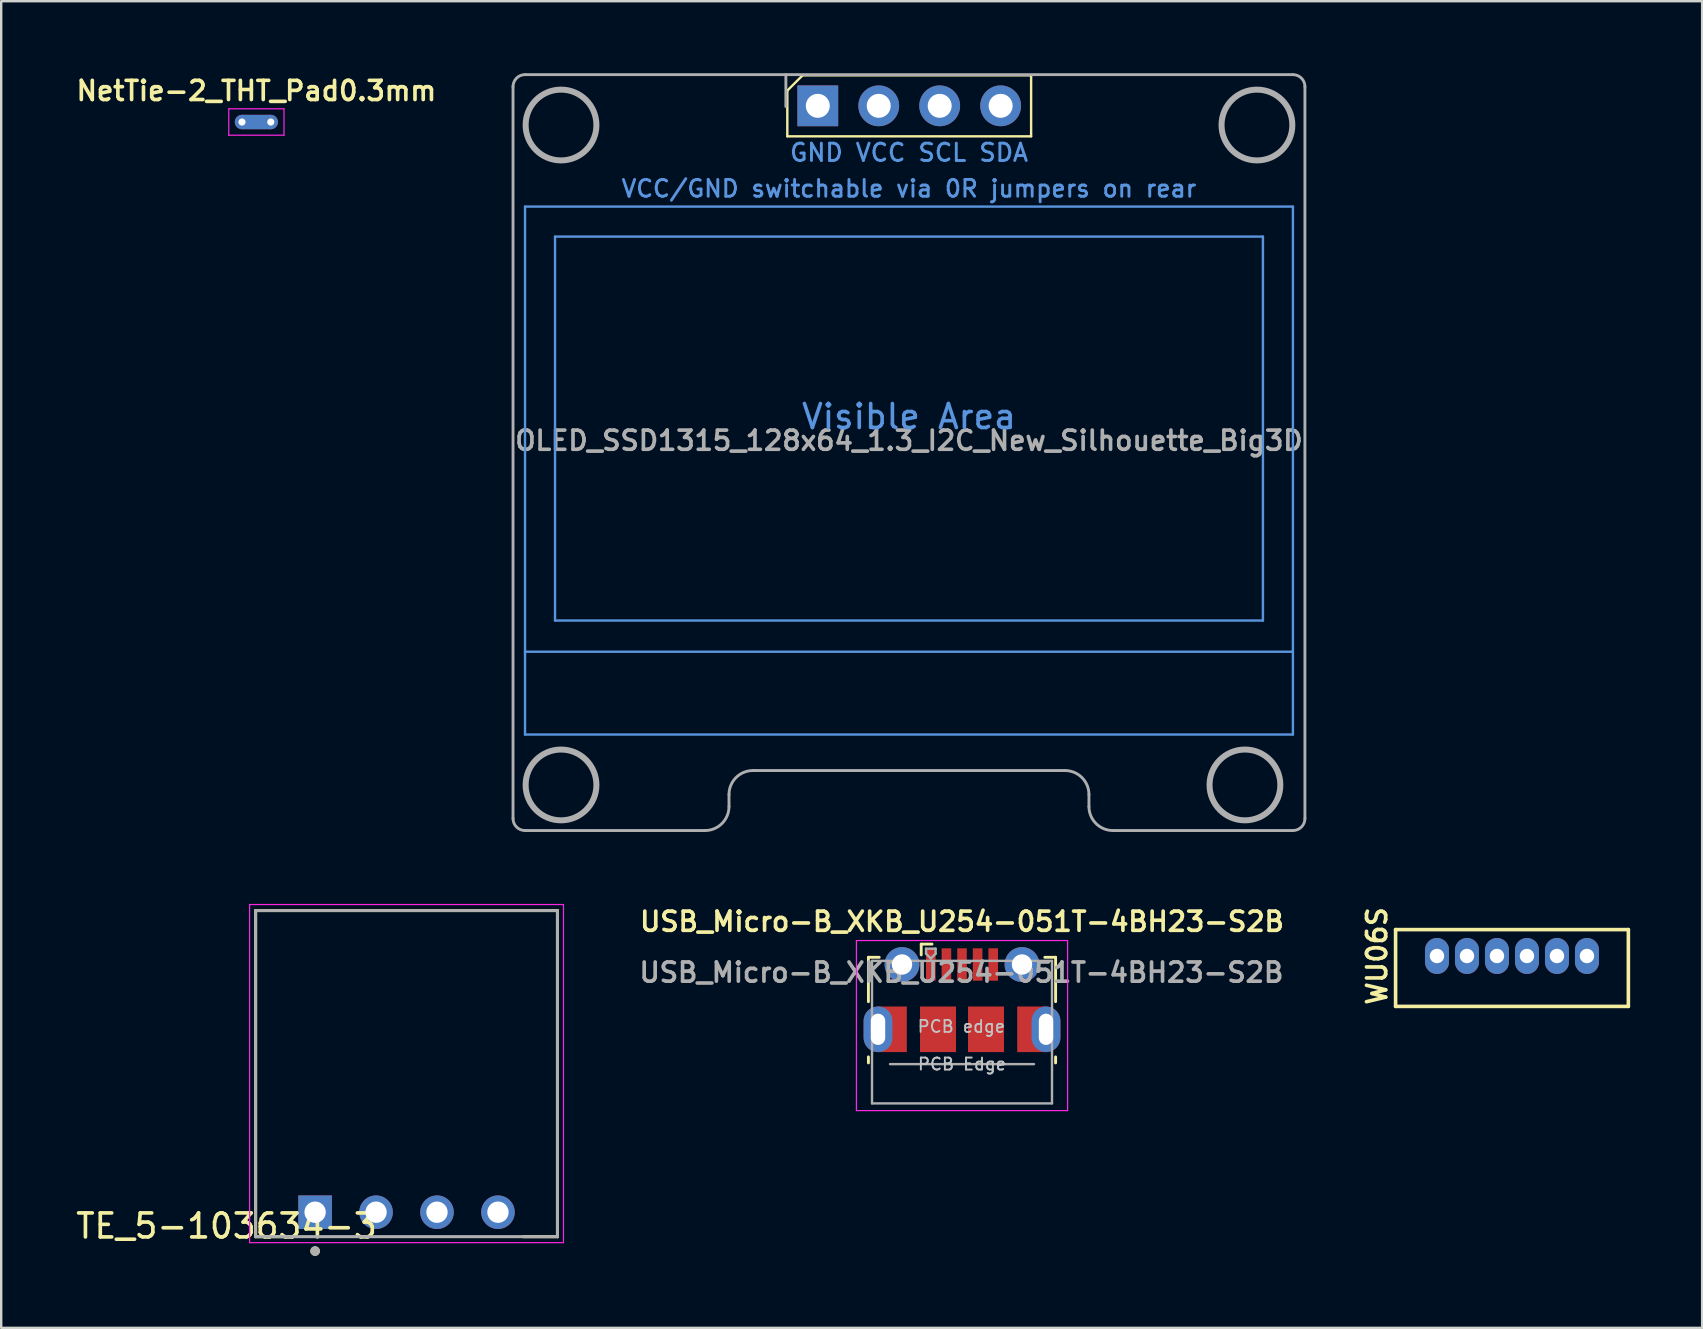
<source format=kicad_pcb>
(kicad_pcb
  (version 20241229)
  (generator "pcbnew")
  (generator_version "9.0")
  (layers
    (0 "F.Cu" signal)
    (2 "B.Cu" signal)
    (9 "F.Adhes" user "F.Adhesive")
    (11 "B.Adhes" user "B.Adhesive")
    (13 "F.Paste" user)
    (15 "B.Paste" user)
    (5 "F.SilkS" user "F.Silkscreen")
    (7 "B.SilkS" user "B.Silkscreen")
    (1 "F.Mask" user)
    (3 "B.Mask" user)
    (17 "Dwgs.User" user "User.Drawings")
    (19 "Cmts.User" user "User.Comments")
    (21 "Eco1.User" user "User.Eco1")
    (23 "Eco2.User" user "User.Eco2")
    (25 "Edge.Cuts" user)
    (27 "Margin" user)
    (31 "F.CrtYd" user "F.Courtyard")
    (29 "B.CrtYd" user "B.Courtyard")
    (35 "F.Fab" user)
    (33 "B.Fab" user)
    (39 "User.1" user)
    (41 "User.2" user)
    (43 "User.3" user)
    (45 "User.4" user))
  (footprint "OLED_SSD1315_128x64_1.3_I2C_New_Silhouette_Big3D"
    (layer "F.Cu")
    (at 34.829 16.06)
    (property "Reference" "OLED_SSD1315_128x64_1.3_I2C_New_Silhouette_Big3D" (at 0 -0.75 0) (layer "F.Fab") (effects (font (size 0.8 0.8) (thickness 0.152))))
    (attr through_hole)
    (fp_line (start -5.07 -15.335) (end -5.07 -13.43) (stroke (width 0.1) (type solid)) (layer "F.SilkS"))
    (fp_line (start -5.07 -13.43) (end 5.09 -13.43) (stroke (width 0.1) (type solid)) (layer "F.SilkS"))
    (fp_line (start -4.435 -15.97) (end -5.07 -15.335) (stroke (width 0.1) (type solid)) (layer "F.SilkS"))
    (fp_line (start 5.09 -15.97) (end -4.435 -15.97) (stroke (width 0.1) (type solid)) (layer "F.SilkS"))
    (fp_line (start 5.09 -13.43) (end 5.09 -15.97) (stroke (width 0.1) (type solid)) (layer "F.SilkS"))
    (fp_line (start -16 -10.5) (end 16 -10.5) (stroke (width 0.1) (type solid)) (layer "Cmts.User"))
    (fp_line (start -16 8.05) (end 16 8.05) (stroke (width 0.1) (type solid)) (layer "Cmts.User"))
    (fp_line (start -16 11.5) (end -16 -10.5) (stroke (width 0.1) (type solid)) (layer "Cmts.User"))
    (fp_line (start -16 11.5) (end 16 11.5) (stroke (width 0.1) (type solid)) (layer "Cmts.User"))
    (fp_line (start -14.75 -9.25) (end -14.75 6.75) (stroke (width 0.1) (type solid)) (layer "Cmts.User"))
    (fp_line (start -14.75 -9.25) (end 14.75 -9.25) (stroke (width 0.1) (type solid)) (layer "Cmts.User"))
    (fp_line (start -14.75 6.75) (end 14.75 6.75) (stroke (width 0.1) (type solid)) (layer "Cmts.User"))
    (fp_line (start 14.75 -9.25) (end 14.75 6.75) (stroke (width 0.1) (type solid)) (layer "Cmts.User"))
    (fp_line (start 16 11.5) (end 16 -10.5) (stroke (width 0.1) (type solid)) (layer "Cmts.User"))
    (fp_line (start -16.5 15) (end -16.5 -15.5) (stroke (width 0.12) (type solid)) (layer "F.Fab"))
    (fp_line (start -16 -16) (end 16 -16) (stroke (width 0.12) (type solid)) (layer "F.Fab"))
    (fp_line (start -8.5 15.5) (end -16 15.5) (stroke (width 0.12) (type solid)) (layer "F.Fab"))
    (fp_line (start -7.5 14.5) (end -7.5 14) (stroke (width 0.12) (type solid)) (layer "F.Fab"))
    (fp_line (start -6.5 13) (end 6.5 13) (stroke (width 0.12) (type solid)) (layer "F.Fab"))
    (fp_line (start -5.13 -14.67) (end -5.13 -16) (stroke (width 0.12) (type solid)) (layer "F.Fab"))
    (fp_line (start 7.5 14) (end 7.5 14.5) (stroke (width 0.12) (type solid)) (layer "F.Fab"))
    (fp_line (start 8.5 15.5) (end 16 15.5) (stroke (width 0.12) (type solid)) (layer "F.Fab"))
    (fp_line (start 16.5 15) (end 16.5 -15.5) (stroke (width 0.12) (type solid)) (layer "F.Fab"))
    (fp_arc (start -16.5 -15.5) (mid -16.353553 -15.853553) (end -16 -16) (stroke (width 0.12) (type solid)) (layer "F.Fab"))
    (fp_arc (start -16 15.5) (mid -16.353553 15.353553) (end -16.5 15) (stroke (width 0.12) (type solid)) (layer "F.Fab"))
    (fp_arc (start -7.5 14) (mid -7.207107 13.292893) (end -6.5 13) (stroke (width 0.12) (type solid)) (layer "F.Fab"))
    (fp_arc (start -7.5 14.5) (mid -7.792893 15.207107) (end -8.5 15.5) (stroke (width 0.12) (type solid)) (layer "F.Fab"))
    (fp_arc (start 6.5 13) (mid 7.207107 13.292893) (end 7.5 14) (stroke (width 0.12) (type solid)) (layer "F.Fab"))
    (fp_arc (start 8.5 15.5) (mid 7.792893 15.207107) (end 7.5 14.5) (stroke (width 0.12) (type solid)) (layer "F.Fab"))
    (fp_arc (start 16 -16) (mid 16.353553 -15.853553) (end 16.5 -15.5) (stroke (width 0.12) (type solid)) (layer "F.Fab"))
    (fp_arc (start 16.5 15) (mid 16.353553 15.353553) (end 16 15.5) (stroke (width 0.12) (type solid)) (layer "F.Fab"))
    (fp_circle (center -14.5 -13.9) (end -13.025 -13.9) (stroke (width 0.25) (type solid)) (fill no) (layer "F.Fab"))
    (fp_circle (center -14.5 13.6) (end -13.025 13.6) (stroke (width 0.25) (type solid)) (fill no) (layer "F.Fab"))
    (fp_circle (center 14 13.6) (end 15.475 13.6) (stroke (width 0.25) (type solid)) (fill no) (layer "F.Fab"))
    (fp_circle (center 14.5 -13.9) (end 15.975 -13.9) (stroke (width 0.25) (type solid)) (fill no) (layer "F.Fab"))
    (fp_text user "Visible Area" (at 0 -1.75 0) (layer "Cmts.User") (effects (font (size 1 1) (thickness 0.15))))
    (fp_text user "VCC/GND switchable via 0R jumpers on rear" (at 0 -11.25 0) (layer "Cmts.User") (effects (font (size 0.7 0.7) (thickness 0.12))))
    (fp_text user "GND VCC SCL SDA" (at 0 -12.75 0) (layer "Cmts.User") (effects (font (size 0.72 0.72) (thickness 0.12))))
    (pad "1" thru_hole rect (at -3.8 -14.7 90) (size 1.7 1.7) (drill 1) (layers "*.Cu" "*.Mask"))
    (pad "2" thru_hole oval (at -1.26 -14.7 90) (size 1.7 1.7) (drill 1) (layers "*.Cu" "*.Mask"))
    (pad "3" thru_hole oval (at 1.28 -14.7 90) (size 1.7 1.7) (drill 1) (layers "*.Cu" "*.Mask"))
    (pad "4" thru_hole oval (at 3.82 -14.7 90) (size 1.7 1.7) (drill 1) (layers "*.Cu" "*.Mask")))
  (footprint "TE_5-103634-3"
    (layer "F.Cu")
    (at 13.891 47.465)
    (property "Reference" "TE_5-103634-3" (at -7.5 0.575 180) (layer "F.SilkS") (effects (font (size 1 1) (thickness 0.152))))
    (attr through_hole)
    (fp_line (start -6.29 -12.57) (end 6.29 -12.57) (stroke (width 0.127) (type solid)) (layer "F.SilkS"))
    (fp_line (start -6.29 1.02) (end -6.29 -12.57) (stroke (width 0.127) (type solid)) (layer "F.SilkS"))
    (fp_line (start -6.29 1.02) (end -4.866 1.02) (stroke (width 0.127) (type solid)) (layer "F.SilkS"))
    (fp_line (start 4.866 1.02) (end 6.29 1.02) (stroke (width 0.127) (type solid)) (layer "F.SilkS"))
    (fp_line (start 6.29 -12.57) (end 6.29 1.02) (stroke (width 0.127) (type solid)) (layer "F.SilkS"))
    (fp_circle (center -3.81 1.62) (end -3.71 1.62) (stroke (width 0.2) (type solid)) (fill no) (layer "F.SilkS"))
    (fp_line (start -6.54 -12.82) (end 6.54 -12.82) (stroke (width 0.05) (type solid)) (layer "F.CrtYd"))
    (fp_line (start -6.54 1.27) (end -6.54 -12.82) (stroke (width 0.05) (type solid)) (layer "F.CrtYd"))
    (fp_line (start 6.54 -12.82) (end 6.54 1.27) (stroke (width 0.05) (type solid)) (layer "F.CrtYd"))
    (fp_line (start 6.54 1.27) (end -6.54 1.27) (stroke (width 0.05) (type solid)) (layer "F.CrtYd"))
    (fp_line (start -6.29 -12.57) (end 6.29 -12.57) (stroke (width 0.127) (type solid)) (layer "F.Fab"))
    (fp_line (start -6.29 1.02) (end -6.29 -12.57) (stroke (width 0.127) (type solid)) (layer "F.Fab"))
    (fp_line (start 6.29 -12.57) (end 6.29 1.02) (stroke (width 0.127) (type solid)) (layer "F.Fab"))
    (fp_line (start 6.29 1.02) (end -6.29 1.02) (stroke (width 0.127) (type solid)) (layer "F.Fab"))
    (fp_circle (center -3.81 1.62) (end -3.71 1.62) (stroke (width 0.2) (type solid)) (fill no) (layer "F.Fab"))
    (pad "1" thru_hole rect (at -3.81 0) (size 1.398 1.398) (drill 0.89) (layers "*.Cu" "*.Mask"))
    (pad "2" thru_hole circle (at -1.27 0) (size 1.398 1.398) (drill 0.89) (layers "*.Cu" "*.Mask"))
    (pad "3" thru_hole circle (at 1.27 0) (size 1.398 1.398) (drill 0.89) (layers "*.Cu" "*.Mask"))
    (pad "4" thru_hole circle (at 3.81 0) (size 1.398 1.398) (drill 0.89) (layers "*.Cu" "*.Mask")))
  (footprint "USB_Micro-B_XKB_U254-051T-4BH23-S2B"
    (layer "F.Cu")
    (at 37.039 38.605)
    (property "Reference" "USB_Micro-B_XKB_U254-051T-4BH23-S2B" (at 0 -3.25 0) (layer "F.SilkS") (effects (font (size 0.8 0.8) (thickness 0.152))))
    (attr smd)
    (fp_line (start -3.9 -1.762) (end -3.45 -1.762) (stroke (width 0.12) (type solid)) (layer "F.SilkS"))
    (fp_line (start -3.9 0.087) (end -3.9 -1.762) (stroke (width 0.12) (type solid)) (layer "F.SilkS"))
    (fp_line (start -3.9 2.638) (end -3.9 2.388) (stroke (width 0.12) (type solid)) (layer "F.SilkS"))
    (fp_line (start -1.7 -2.312) (end -1.7 -1.863) (stroke (width 0.12) (type solid)) (layer "F.SilkS"))
    (fp_line (start -1.7 -2.312) (end -1.25 -2.312) (stroke (width 0.12) (type solid)) (layer "F.SilkS"))
    (fp_line (start 3.9 -1.762) (end 3.45 -1.762) (stroke (width 0.12) (type solid)) (layer "F.SilkS"))
    (fp_line (start 3.9 0.087) (end 3.9 -1.762) (stroke (width 0.12) (type solid)) (layer "F.SilkS"))
    (fp_line (start 3.9 2.638) (end 3.9 2.388) (stroke (width 0.12) (type solid)) (layer "F.SilkS"))
    (fp_line (start -4.4 -2.46) (end 4.4 -2.46) (stroke (width 0.05) (type solid)) (layer "F.CrtYd"))
    (fp_line (start -4.4 4.625) (end -4.4 -2.46) (stroke (width 0.05) (type solid)) (layer "F.CrtYd"))
    (fp_line (start -4.4 4.625) (end 4.4 4.625) (stroke (width 0.05) (type solid)) (layer "F.CrtYd"))
    (fp_line (start 4.4 -2.46) (end 4.4 4.625) (stroke (width 0.05) (type solid)) (layer "F.CrtYd"))
    (fp_line (start -3.75 -1.613) (end 3.75 -1.613) (stroke (width 0.1) (type solid)) (layer "F.Fab"))
    (fp_line (start -3.75 4.325) (end -3.75 -1.613) (stroke (width 0.1) (type solid)) (layer "F.Fab"))
    (fp_line (start -3.75 4.325) (end 3.75 4.325) (stroke (width 0.1) (type solid)) (layer "F.Fab"))
    (fp_line (start -3 2.689) (end 3 2.689) (stroke (width 0.1) (type solid)) (layer "F.Fab"))
    (fp_line (start -1.5 -2.123) (end -1.5 -1.913) (stroke (width 0.1) (type solid)) (layer "F.Fab"))
    (fp_line (start -1.5 -2.123) (end -1.1 -2.123) (stroke (width 0.1) (type solid)) (layer "F.Fab"))
    (fp_line (start -1.3 -1.712) (end -1.5 -1.913) (stroke (width 0.1) (type solid)) (layer "F.Fab"))
    (fp_line (start -1.1 -2.123) (end -1.1 -1.913) (stroke (width 0.1) (type solid)) (layer "F.Fab"))
    (fp_line (start -1.1 -1.913) (end -1.3 -1.712) (stroke (width 0.1) (type solid)) (layer "F.Fab"))
    (fp_line (start 3.75 4.325) (end 3.75 -1.613) (stroke (width 0.1) (type solid)) (layer "F.Fab"))
    (fp_text user "PCB edge" (at -0.025 1.12 0) (layer "Dwgs.User") (effects (font (size 0.5 0.5) (thickness 0.075))))
    (fp_text user "PCB Edge" (at 0 2.688 180) (layer "Dwgs.User") (effects (font (size 0.5 0.5) (thickness 0.08))))
    (fp_text user "" (at 0 0 180) (layer "Cmts.User") (effects (font (size 1 1) (thickness 0.15))))
    (fp_text user "${REFERENCE}" (at -0.025 -1.13 0) (layer "F.Fab") (effects (font (size 0.8 0.8) (thickness 0.152))))
    (pad "1" smd rect (at -1.3 -1.462) (size 0.4 1.35) (layers "F.Cu" "F.Mask" "F.Paste"))
    (pad "2" smd rect (at -0.65 -1.462) (size 0.4 1.35) (layers "F.Cu" "F.Mask" "F.Paste"))
    (pad "3" smd rect (at 0 -1.462) (size 0.4 1.35) (layers "F.Cu" "F.Mask" "F.Paste"))
    (pad "4" smd rect (at 0.65 -1.462) (size 0.4 1.35) (layers "F.Cu" "F.Mask" "F.Paste"))
    (pad "5" smd rect (at 1.3 -1.462) (size 0.4 1.35) (layers "F.Cu" "F.Mask" "F.Paste"))
    (pad "6" thru_hole oval (at -3.5 1.238 180) (size 1.2 1.9) (drill oval 0.6 1.3) (layers "*.Cu" "*.Mask"))
    (pad "6" smd rect (at -2.9 1.238) (size 1.2 1.9) (layers "F.Cu" "F.Mask"))
    (pad "6" thru_hole circle (at -2.5 -1.462) (size 1.45 1.45) (drill 0.85) (layers "*.Cu" "*.Mask"))
    (pad "6" smd rect (at -1 1.238) (size 1.5 1.9) (layers "F.Cu" "F.Mask" "F.Paste"))
    (pad "6" smd rect (at 1 1.238) (size 1.5 1.9) (layers "F.Cu" "F.Mask" "F.Paste"))
    (pad "6" thru_hole circle (at 2.5 -1.462) (size 1.45 1.45) (drill 0.85) (layers "*.Cu" "*.Mask"))
    (pad "6" smd rect (at 2.9 1.238) (size 1.2 1.9) (layers "F.Cu" "F.Mask"))
    (pad "6" thru_hole oval (at 3.5 1.238) (size 1.2 1.9) (drill oval 0.6 1.3) (layers "*.Cu" "*.Mask")))
  (footprint "WU06S"
    (layer "F.Cu")
    (at 59.957 36.788)
    (property "Reference" "WU06S" (at -5.625 0 90) (layer "F.SilkS") (effects (font (size 0.8 0.8) (thickness 0.152))))
    (attr smd)
    (fp_line (start -4.85 -1.1) (end 4.85 -1.1) (stroke (width 0.15) (type solid)) (layer "F.SilkS"))
    (fp_line (start -4.85 2.1) (end -4.85 -1.1) (stroke (width 0.15) (type solid)) (layer "F.SilkS"))
    (fp_line (start 4.85 -1.1) (end 4.85 2.1) (stroke (width 0.15) (type solid)) (layer "F.SilkS"))
    (fp_line (start 4.85 2.1) (end -4.85 2.1) (stroke (width 0.15) (type solid)) (layer "F.SilkS"))
    (pad "1" thru_hole oval (at -3.125 0) (size 1 1.5) (drill 0.6) (layers "*.Cu" "*.Mask"))
    (pad "2" thru_hole oval (at -1.875 0) (size 1 1.5) (drill 0.6) (layers "*.Cu" "*.Mask"))
    (pad "3" thru_hole oval (at -0.625 0) (size 1 1.5) (drill 0.6) (layers "*.Cu" "*.Mask"))
    (pad "4" thru_hole oval (at 0.625 0) (size 1 1.5) (drill 0.6) (layers "*.Cu" "*.Mask"))
    (pad "5" thru_hole oval (at 1.875 0) (size 1 1.5) (drill 0.6) (layers "*.Cu" "*.Mask"))
    (pad "6" thru_hole oval (at 3.125 0) (size 1 1.5) (drill 0.6) (layers "*.Cu" "*.Mask")))
  (footprint "NetTie-2_THT_Pad0.3mm"
    (layer "F.Cu")
    (at 7.034 2.035)
    (property "Reference" "NetTie-2_THT_Pad0.3mm" (at 0.6 -1.3 0) (layer "F.SilkS") (effects (font (size 0.8 0.8) (thickness 0.152))))
    (attr exclude_from_pos_files exclude_from_bom)
    (fp_poly (pts (xy 0 -0.3) (xy 1.2 -0.3) (xy 1.2 0.3) (xy 0 0.3)) (stroke (width 0) (type solid)) (fill yes) (layer "F.Cu"))
    (fp_poly (pts (xy 0 -0.3) (xy 1.2 -0.3) (xy 1.2 0.3) (xy 0 0.3)) (stroke (width 0) (type solid)) (fill yes) (layer "B.Cu"))
    (fp_line (start -0.55 -0.55) (end 1.75 -0.55) (stroke (width 0.05) (type solid)) (layer "F.CrtYd"))
    (fp_line (start -0.55 0.55) (end -0.55 -0.55) (stroke (width 0.05) (type solid)) (layer "F.CrtYd"))
    (fp_line (start 1.75 -0.55) (end 1.75 0.55) (stroke (width 0.05) (type solid)) (layer "F.CrtYd"))
    (fp_line (start 1.75 0.55) (end -0.55 0.55) (stroke (width 0.05) (type solid)) (layer "F.CrtYd"))
    (pad "1" thru_hole circle (at 0 0) (size 0.6 0.6) (drill 0.3) (layers "*.Cu"))
    (pad "2" thru_hole circle (at 1.2 0) (size 0.6 0.6) (drill 0.3) (layers "*.Cu")))
  (gr_rect
    (start -3 -3)
    (end 67.882 52.285)
    (stroke (width 0.1) (type default))
    (fill no)
    (layer "Edge.Cuts")))
</source>
